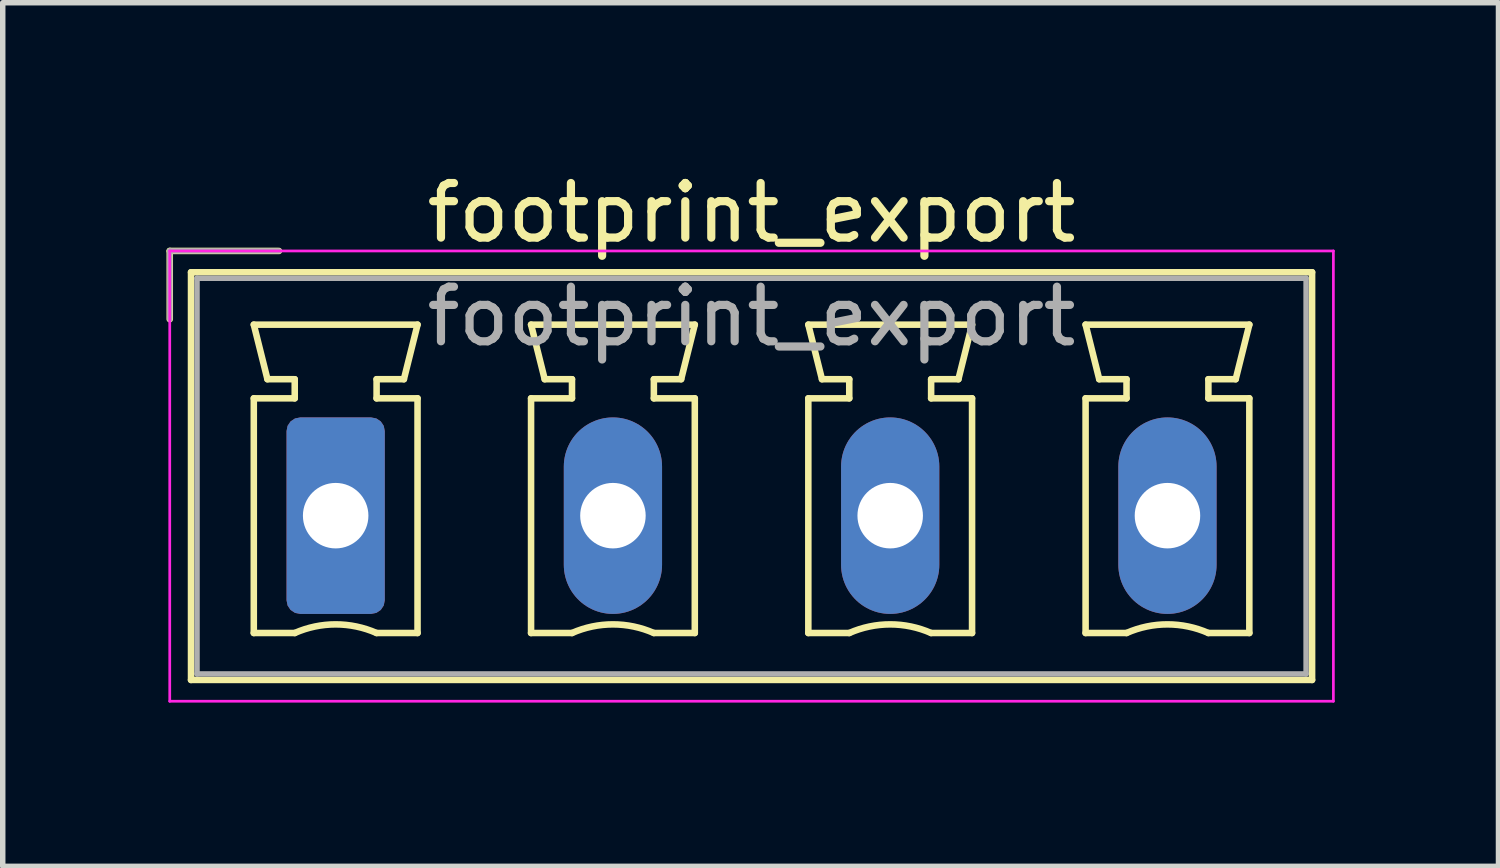
<source format=kicad_pcb>
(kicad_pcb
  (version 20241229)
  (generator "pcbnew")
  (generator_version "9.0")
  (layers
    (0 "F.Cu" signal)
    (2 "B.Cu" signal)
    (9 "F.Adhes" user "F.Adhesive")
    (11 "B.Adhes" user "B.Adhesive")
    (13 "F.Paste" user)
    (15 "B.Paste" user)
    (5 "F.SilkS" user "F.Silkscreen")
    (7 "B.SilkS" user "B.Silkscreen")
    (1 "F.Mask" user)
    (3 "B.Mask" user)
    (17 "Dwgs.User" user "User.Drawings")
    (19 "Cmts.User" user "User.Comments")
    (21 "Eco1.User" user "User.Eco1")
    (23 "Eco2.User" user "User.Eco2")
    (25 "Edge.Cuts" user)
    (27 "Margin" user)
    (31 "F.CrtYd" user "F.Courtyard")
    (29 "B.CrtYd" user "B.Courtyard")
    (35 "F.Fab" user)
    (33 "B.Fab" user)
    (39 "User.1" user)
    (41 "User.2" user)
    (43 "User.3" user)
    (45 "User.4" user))
  (footprint "footprint_export"
    (layer "F.Cu")
    (at 3.1 6.398)
    (property "Reference" "footprint_export" (at 7.62 -5.55 0) (layer "F.SilkS") (effects (font (size 1 1) (thickness 0.15))))
    (attr through_hole)
    (fp_line (start -3.04 -4.85) (end -1.04 -4.85) (stroke (width 0.12) (type solid)) (layer "F.SilkS"))
    (fp_line (start -3.04 -3.6) (end -3.04 -4.85) (stroke (width 0.12) (type solid)) (layer "F.SilkS"))
    (fp_line (start -2.65 -4.46) (end -2.65 3.01) (stroke (width 0.12) (type solid)) (layer "F.SilkS"))
    (fp_line (start -2.65 3.01) (end 17.89 3.01) (stroke (width 0.12) (type solid)) (layer "F.SilkS"))
    (fp_line (start -1.5 -3.5) (end 1.5 -3.5) (stroke (width 0.12) (type solid)) (layer "F.SilkS"))
    (fp_line (start -1.5 -2.15) (end -0.75 -2.15) (stroke (width 0.12) (type solid)) (layer "F.SilkS"))
    (fp_line (start -1.5 2.15) (end -1.5 -2.15) (stroke (width 0.12) (type solid)) (layer "F.SilkS"))
    (fp_line (start -1.25 -2.5) (end -1.5 -3.5) (stroke (width 0.12) (type solid)) (layer "F.SilkS"))
    (fp_line (start -0.75 -2.5) (end -1.25 -2.5) (stroke (width 0.12) (type solid)) (layer "F.SilkS"))
    (fp_line (start -0.75 -2.15) (end -0.75 -2.5) (stroke (width 0.12) (type solid)) (layer "F.SilkS"))
    (fp_line (start -0.75 2.15) (end -1.5 2.15) (stroke (width 0.12) (type solid)) (layer "F.SilkS"))
    (fp_line (start 0.75 -2.5) (end 0.75 -2.15) (stroke (width 0.12) (type solid)) (layer "F.SilkS"))
    (fp_line (start 0.75 -2.15) (end 1.5 -2.15) (stroke (width 0.12) (type solid)) (layer "F.SilkS"))
    (fp_line (start 1.25 -2.5) (end 0.75 -2.5) (stroke (width 0.12) (type solid)) (layer "F.SilkS"))
    (fp_line (start 1.5 -3.5) (end 1.25 -2.5) (stroke (width 0.12) (type solid)) (layer "F.SilkS"))
    (fp_line (start 1.5 -2.15) (end 1.5 2.15) (stroke (width 0.12) (type solid)) (layer "F.SilkS"))
    (fp_line (start 1.5 2.15) (end 0.75 2.15) (stroke (width 0.12) (type solid)) (layer "F.SilkS"))
    (fp_line (start 3.58 -3.5) (end 6.58 -3.5) (stroke (width 0.12) (type solid)) (layer "F.SilkS"))
    (fp_line (start 3.58 -2.15) (end 4.33 -2.15) (stroke (width 0.12) (type solid)) (layer "F.SilkS"))
    (fp_line (start 3.58 2.15) (end 3.58 -2.15) (stroke (width 0.12) (type solid)) (layer "F.SilkS"))
    (fp_line (start 3.83 -2.5) (end 3.58 -3.5) (stroke (width 0.12) (type solid)) (layer "F.SilkS"))
    (fp_line (start 4.33 -2.5) (end 3.83 -2.5) (stroke (width 0.12) (type solid)) (layer "F.SilkS"))
    (fp_line (start 4.33 -2.15) (end 4.33 -2.5) (stroke (width 0.12) (type solid)) (layer "F.SilkS"))
    (fp_line (start 4.33 2.15) (end 3.58 2.15) (stroke (width 0.12) (type solid)) (layer "F.SilkS"))
    (fp_line (start 5.83 -2.5) (end 5.83 -2.15) (stroke (width 0.12) (type solid)) (layer "F.SilkS"))
    (fp_line (start 5.83 -2.15) (end 6.58 -2.15) (stroke (width 0.12) (type solid)) (layer "F.SilkS"))
    (fp_line (start 6.33 -2.5) (end 5.83 -2.5) (stroke (width 0.12) (type solid)) (layer "F.SilkS"))
    (fp_line (start 6.58 -3.5) (end 6.33 -2.5) (stroke (width 0.12) (type solid)) (layer "F.SilkS"))
    (fp_line (start 6.58 -2.15) (end 6.58 2.15) (stroke (width 0.12) (type solid)) (layer "F.SilkS"))
    (fp_line (start 6.58 2.15) (end 5.83 2.15) (stroke (width 0.12) (type solid)) (layer "F.SilkS"))
    (fp_line (start 8.66 -3.5) (end 11.66 -3.5) (stroke (width 0.12) (type solid)) (layer "F.SilkS"))
    (fp_line (start 8.66 -2.15) (end 9.41 -2.15) (stroke (width 0.12) (type solid)) (layer "F.SilkS"))
    (fp_line (start 8.66 2.15) (end 8.66 -2.15) (stroke (width 0.12) (type solid)) (layer "F.SilkS"))
    (fp_line (start 8.91 -2.5) (end 8.66 -3.5) (stroke (width 0.12) (type solid)) (layer "F.SilkS"))
    (fp_line (start 9.41 -2.5) (end 8.91 -2.5) (stroke (width 0.12) (type solid)) (layer "F.SilkS"))
    (fp_line (start 9.41 -2.15) (end 9.41 -2.5) (stroke (width 0.12) (type solid)) (layer "F.SilkS"))
    (fp_line (start 9.41 2.15) (end 8.66 2.15) (stroke (width 0.12) (type solid)) (layer "F.SilkS"))
    (fp_line (start 10.91 -2.5) (end 10.91 -2.15) (stroke (width 0.12) (type solid)) (layer "F.SilkS"))
    (fp_line (start 10.91 -2.15) (end 11.66 -2.15) (stroke (width 0.12) (type solid)) (layer "F.SilkS"))
    (fp_line (start 11.41 -2.5) (end 10.91 -2.5) (stroke (width 0.12) (type solid)) (layer "F.SilkS"))
    (fp_line (start 11.66 -3.5) (end 11.41 -2.5) (stroke (width 0.12) (type solid)) (layer "F.SilkS"))
    (fp_line (start 11.66 -2.15) (end 11.66 2.15) (stroke (width 0.12) (type solid)) (layer "F.SilkS"))
    (fp_line (start 11.66 2.15) (end 10.91 2.15) (stroke (width 0.12) (type solid)) (layer "F.SilkS"))
    (fp_line (start 13.74 -3.5) (end 16.74 -3.5) (stroke (width 0.12) (type solid)) (layer "F.SilkS"))
    (fp_line (start 13.74 -2.15) (end 14.49 -2.15) (stroke (width 0.12) (type solid)) (layer "F.SilkS"))
    (fp_line (start 13.74 2.15) (end 13.74 -2.15) (stroke (width 0.12) (type solid)) (layer "F.SilkS"))
    (fp_line (start 13.99 -2.5) (end 13.74 -3.5) (stroke (width 0.12) (type solid)) (layer "F.SilkS"))
    (fp_line (start 14.49 -2.5) (end 13.99 -2.5) (stroke (width 0.12) (type solid)) (layer "F.SilkS"))
    (fp_line (start 14.49 -2.15) (end 14.49 -2.5) (stroke (width 0.12) (type solid)) (layer "F.SilkS"))
    (fp_line (start 14.49 2.15) (end 13.74 2.15) (stroke (width 0.12) (type solid)) (layer "F.SilkS"))
    (fp_line (start 15.99 -2.5) (end 15.99 -2.15) (stroke (width 0.12) (type solid)) (layer "F.SilkS"))
    (fp_line (start 15.99 -2.15) (end 16.74 -2.15) (stroke (width 0.12) (type solid)) (layer "F.SilkS"))
    (fp_line (start 16.49 -2.5) (end 15.99 -2.5) (stroke (width 0.12) (type solid)) (layer "F.SilkS"))
    (fp_line (start 16.74 -3.5) (end 16.49 -2.5) (stroke (width 0.12) (type solid)) (layer "F.SilkS"))
    (fp_line (start 16.74 -2.15) (end 16.74 2.15) (stroke (width 0.12) (type solid)) (layer "F.SilkS"))
    (fp_line (start 16.74 2.15) (end 15.99 2.15) (stroke (width 0.12) (type solid)) (layer "F.SilkS"))
    (fp_line (start 17.89 -4.46) (end -2.65 -4.46) (stroke (width 0.12) (type solid)) (layer "F.SilkS"))
    (fp_line (start 17.89 3.01) (end 17.89 -4.46) (stroke (width 0.12) (type solid)) (layer "F.SilkS"))
    (fp_arc (start -0.75 2.15) (mid -0.000193 1.99191) (end 0.749647 2.149844) (stroke (width 0.12) (type solid)) (layer "F.SilkS"))
    (fp_arc (start 4.33 2.15) (mid 5.079807 1.99191) (end 5.829647 2.149844) (stroke (width 0.12) (type solid)) (layer "F.SilkS"))
    (fp_arc (start 9.41 2.15) (mid 10.159807 1.99191) (end 10.909647 2.149844) (stroke (width 0.12) (type solid)) (layer "F.SilkS"))
    (fp_arc (start 14.49 2.15) (mid 15.239807 1.99191) (end 15.989647 2.149844) (stroke (width 0.12) (type solid)) (layer "F.SilkS"))
    (fp_line (start -3.04 -4.85) (end -3.04 3.4) (stroke (width 0.05) (type solid)) (layer "F.CrtYd"))
    (fp_line (start -3.04 3.4) (end 18.28 3.4) (stroke (width 0.05) (type solid)) (layer "F.CrtYd"))
    (fp_line (start 18.28 -4.85) (end -3.04 -4.85) (stroke (width 0.05) (type solid)) (layer "F.CrtYd"))
    (fp_line (start 18.28 3.4) (end 18.28 -4.85) (stroke (width 0.05) (type solid)) (layer "F.CrtYd"))
    (fp_line (start -3.04 -4.85) (end -1.04 -4.85) (stroke (width 0.1) (type solid)) (layer "F.Fab"))
    (fp_line (start -3.04 -3.6) (end -3.04 -4.85) (stroke (width 0.1) (type solid)) (layer "F.Fab"))
    (fp_line (start -2.54 -4.35) (end -2.54 2.9) (stroke (width 0.1) (type solid)) (layer "F.Fab"))
    (fp_line (start -2.54 2.9) (end 17.78 2.9) (stroke (width 0.1) (type solid)) (layer "F.Fab"))
    (fp_line (start 17.78 -4.35) (end -2.54 -4.35) (stroke (width 0.1) (type solid)) (layer "F.Fab"))
    (fp_line (start 17.78 2.9) (end 17.78 -4.35) (stroke (width 0.1) (type solid)) (layer "F.Fab"))
    (fp_text user "${REFERENCE}" (at 7.62 -3.65 0) (layer "F.Fab") (effects (font (size 1 1) (thickness 0.15))))
    (pad "1" thru_hole roundrect (at 0 0) (size 1.8 3.6) (drill 1.2) (layers "*.Cu" "*.Mask") (roundrect_rratio 0.139))
    (pad "2" thru_hole oval (at 5.08 0) (size 1.8 3.6) (drill 1.2) (layers "*.Cu" "*.Mask"))
    (pad "3" thru_hole oval (at 10.16 0) (size 1.8 3.6) (drill 1.2) (layers "*.Cu" "*.Mask"))
    (pad "4" thru_hole oval (at 15.24 0) (size 1.8 3.6) (drill 1.2) (layers "*.Cu" "*.Mask")))
  (gr_rect
    (start -3 -3)
    (end 24.405 12.823)
    (stroke (width 0.1) (type default))
    (fill no)
    (layer "Edge.Cuts")))
</source>
